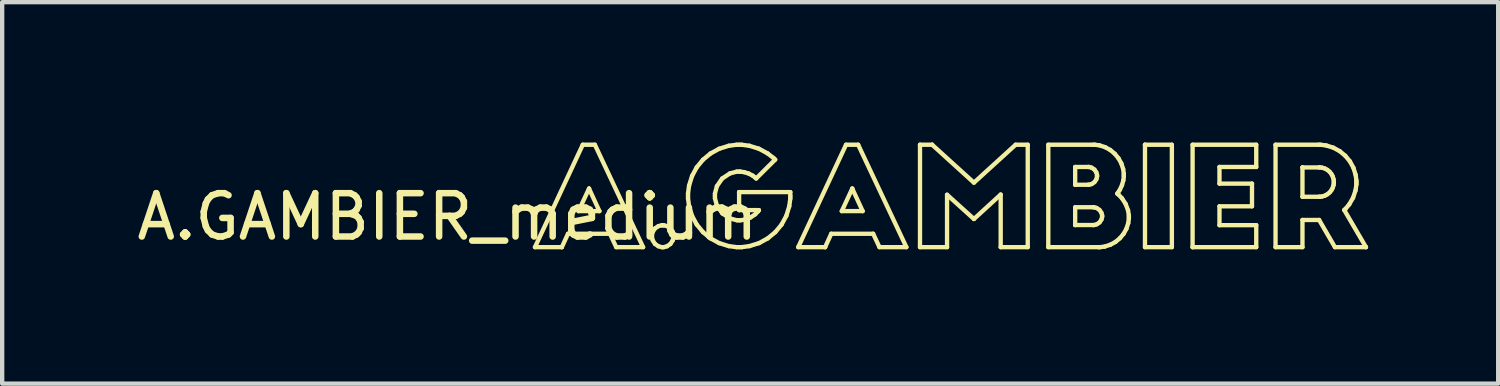
<source format=kicad_pcb>
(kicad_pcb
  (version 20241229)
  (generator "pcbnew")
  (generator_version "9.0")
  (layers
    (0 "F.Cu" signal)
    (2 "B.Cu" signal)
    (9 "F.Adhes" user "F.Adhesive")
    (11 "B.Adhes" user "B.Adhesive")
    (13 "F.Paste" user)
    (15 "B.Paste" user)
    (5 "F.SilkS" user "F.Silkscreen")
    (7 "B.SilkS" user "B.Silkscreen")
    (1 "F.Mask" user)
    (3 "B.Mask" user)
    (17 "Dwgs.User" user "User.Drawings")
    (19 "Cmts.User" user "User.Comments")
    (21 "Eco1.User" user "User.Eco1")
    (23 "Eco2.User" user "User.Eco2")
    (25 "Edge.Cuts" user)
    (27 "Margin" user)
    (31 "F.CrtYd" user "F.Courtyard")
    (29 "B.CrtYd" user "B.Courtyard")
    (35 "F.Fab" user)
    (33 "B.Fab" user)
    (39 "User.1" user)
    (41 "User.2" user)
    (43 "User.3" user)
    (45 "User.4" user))
  (footprint "A.GAMBIER_medium"
    (layer "F.Cu")
    (at 9.268 0.25)
    (property "Reference" "A.GAMBIER_medium" (at -2 1.7 0) (layer "F.SilkS") (effects (font (size 1 1) (thickness 0.15))))
    (attr through_hole)
    (fp_line (start 0.02 2.4) (end 0.64 2.4) (stroke (width 0.1) (type solid)) (layer "F.SilkS"))
    (fp_line (start 0.64 2.4) (end 0.64 2.4) (stroke (width 0.1) (type solid)) (layer "F.SilkS"))
    (fp_line (start 0.64 2.4) (end 0.782 2.091) (stroke (width 0.1) (type solid)) (layer "F.SilkS"))
    (fp_line (start 0.782 2.091) (end 1.749 2.091) (stroke (width 0.1) (type solid)) (layer "F.SilkS"))
    (fp_line (start 1.024 1.569) (end 1.267 1.049) (stroke (width 0.1) (type solid)) (layer "F.SilkS"))
    (fp_line (start 1.122 0.038) (end 0.02 2.4) (stroke (width 0.1) (type solid)) (layer "F.SilkS"))
    (fp_line (start 1.267 1.049) (end 1.267 1.049) (stroke (width 0.1) (type solid)) (layer "F.SilkS"))
    (fp_line (start 1.267 1.049) (end 1.506 1.569) (stroke (width 0.1) (type solid)) (layer "F.SilkS"))
    (fp_line (start 1.402 0.038) (end 1.122 0.038) (stroke (width 0.1) (type solid)) (layer "F.SilkS"))
    (fp_line (start 1.506 1.569) (end 1.024 1.569) (stroke (width 0.1) (type solid)) (layer "F.SilkS"))
    (fp_line (start 1.749 2.091) (end 1.894 2.4) (stroke (width 0.1) (type solid)) (layer "F.SilkS"))
    (fp_line (start 1.894 2.4) (end 2.514 2.4) (stroke (width 0.1) (type solid)) (layer "F.SilkS"))
    (fp_line (start 2.514 2.4) (end 1.402 0.038) (stroke (width 0.1) (type solid)) (layer "F.SilkS"))
    (fp_line (start 2.718 2.12) (end 2.718 2.145) (stroke (width 0.1) (type solid)) (layer "F.SilkS"))
    (fp_line (start 2.718 2.145) (end 2.718 2.145) (stroke (width 0.1) (type solid)) (layer "F.SilkS"))
    (fp_line (start 2.718 2.145) (end 2.718 2.17) (stroke (width 0.1) (type solid)) (layer "F.SilkS"))
    (fp_line (start 2.718 2.17) (end 2.737 2.245) (stroke (width 0.1) (type solid)) (layer "F.SilkS"))
    (fp_line (start 2.737 2.046) (end 2.718 2.12) (stroke (width 0.1) (type solid)) (layer "F.SilkS"))
    (fp_line (start 2.737 2.245) (end 2.789 2.326) (stroke (width 0.1) (type solid)) (layer "F.SilkS"))
    (fp_line (start 2.789 1.967) (end 2.737 2.046) (stroke (width 0.1) (type solid)) (layer "F.SilkS"))
    (fp_line (start 2.789 2.326) (end 2.868 2.38) (stroke (width 0.1) (type solid)) (layer "F.SilkS"))
    (fp_line (start 2.868 1.915) (end 2.789 1.967) (stroke (width 0.1) (type solid)) (layer "F.SilkS"))
    (fp_line (start 2.868 2.38) (end 2.942 2.4) (stroke (width 0.1) (type solid)) (layer "F.SilkS"))
    (fp_line (start 2.942 1.896) (end 2.868 1.915) (stroke (width 0.1) (type solid)) (layer "F.SilkS"))
    (fp_line (start 2.942 2.4) (end 2.967 2.4) (stroke (width 0.1) (type solid)) (layer "F.SilkS"))
    (fp_line (start 2.967 1.896) (end 2.942 1.896) (stroke (width 0.1) (type solid)) (layer "F.SilkS"))
    (fp_line (start 2.967 2.4) (end 2.992 2.4) (stroke (width 0.1) (type solid)) (layer "F.SilkS"))
    (fp_line (start 2.992 1.896) (end 2.967 1.896) (stroke (width 0.1) (type solid)) (layer "F.SilkS"))
    (fp_line (start 2.992 2.4) (end 3.066 2.38) (stroke (width 0.1) (type solid)) (layer "F.SilkS"))
    (fp_line (start 3.066 1.915) (end 2.992 1.896) (stroke (width 0.1) (type solid)) (layer "F.SilkS"))
    (fp_line (start 3.066 2.38) (end 3.144 2.326) (stroke (width 0.1) (type solid)) (layer "F.SilkS"))
    (fp_line (start 3.144 1.967) (end 3.066 1.915) (stroke (width 0.1) (type solid)) (layer "F.SilkS"))
    (fp_line (start 3.144 2.326) (end 3.197 2.245) (stroke (width 0.1) (type solid)) (layer "F.SilkS"))
    (fp_line (start 3.197 2.046) (end 3.144 1.967) (stroke (width 0.1) (type solid)) (layer "F.SilkS"))
    (fp_line (start 3.197 2.245) (end 3.216 2.17) (stroke (width 0.1) (type solid)) (layer "F.SilkS"))
    (fp_line (start 3.216 2.12) (end 3.197 2.046) (stroke (width 0.1) (type solid)) (layer "F.SilkS"))
    (fp_line (start 3.216 2.145) (end 3.216 2.12) (stroke (width 0.1) (type solid)) (layer "F.SilkS"))
    (fp_line (start 3.216 2.17) (end 3.216 2.145) (stroke (width 0.1) (type solid)) (layer "F.SilkS"))
    (fp_line (start 3.55 1.159) (end 3.55 1.219) (stroke (width 0.1) (type solid)) (layer "F.SilkS"))
    (fp_line (start 3.55 1.219) (end 3.55 1.278) (stroke (width 0.1) (type solid)) (layer "F.SilkS"))
    (fp_line (start 3.55 1.278) (end 3.574 1.457) (stroke (width 0.1) (type solid)) (layer "F.SilkS"))
    (fp_line (start 3.574 0.981) (end 3.55 1.159) (stroke (width 0.1) (type solid)) (layer "F.SilkS"))
    (fp_line (start 3.574 1.457) (end 3.643 1.678) (stroke (width 0.1) (type solid)) (layer "F.SilkS"))
    (fp_line (start 3.643 0.759) (end 3.574 0.981) (stroke (width 0.1) (type solid)) (layer "F.SilkS"))
    (fp_line (start 3.643 1.678) (end 3.751 1.879) (stroke (width 0.1) (type solid)) (layer "F.SilkS"))
    (fp_line (start 3.751 0.559) (end 3.643 0.759) (stroke (width 0.1) (type solid)) (layer "F.SilkS"))
    (fp_line (start 3.751 1.879) (end 3.895 2.054) (stroke (width 0.1) (type solid)) (layer "F.SilkS"))
    (fp_line (start 3.895 0.384) (end 3.751 0.559) (stroke (width 0.1) (type solid)) (layer "F.SilkS"))
    (fp_line (start 3.895 2.054) (end 4.069 2.198) (stroke (width 0.1) (type solid)) (layer "F.SilkS"))
    (fp_line (start 4.069 0.24) (end 3.895 0.384) (stroke (width 0.1) (type solid)) (layer "F.SilkS"))
    (fp_line (start 4.069 2.198) (end 4.269 2.307) (stroke (width 0.1) (type solid)) (layer "F.SilkS"))
    (fp_line (start 4.171 1.163) (end 4.216 0.994) (stroke (width 0.1) (type solid)) (layer "F.SilkS"))
    (fp_line (start 4.171 1.219) (end 4.171 1.163) (stroke (width 0.1) (type solid)) (layer "F.SilkS"))
    (fp_line (start 4.171 1.275) (end 4.171 1.219) (stroke (width 0.1) (type solid)) (layer "F.SilkS"))
    (fp_line (start 4.216 0.994) (end 4.338 0.817) (stroke (width 0.1) (type solid)) (layer "F.SilkS"))
    (fp_line (start 4.217 1.443) (end 4.171 1.275) (stroke (width 0.1) (type solid)) (layer "F.SilkS"))
    (fp_line (start 4.269 0.131) (end 4.069 0.24) (stroke (width 0.1) (type solid)) (layer "F.SilkS"))
    (fp_line (start 4.269 2.307) (end 4.49 2.376) (stroke (width 0.1) (type solid)) (layer "F.SilkS"))
    (fp_line (start 4.338 0.817) (end 4.516 0.7) (stroke (width 0.1) (type solid)) (layer "F.SilkS"))
    (fp_line (start 4.341 1.621) (end 4.217 1.443) (stroke (width 0.1) (type solid)) (layer "F.SilkS"))
    (fp_line (start 4.49 0.062) (end 4.269 0.131) (stroke (width 0.1) (type solid)) (layer "F.SilkS"))
    (fp_line (start 4.49 2.376) (end 4.669 2.4) (stroke (width 0.1) (type solid)) (layer "F.SilkS"))
    (fp_line (start 4.516 0.7) (end 4.675 0.658) (stroke (width 0.1) (type solid)) (layer "F.SilkS"))
    (fp_line (start 4.519 1.738) (end 4.341 1.621) (stroke (width 0.1) (type solid)) (layer "F.SilkS"))
    (fp_line (start 4.669 0.038) (end 4.49 0.062) (stroke (width 0.1) (type solid)) (layer "F.SilkS"))
    (fp_line (start 4.669 2.4) (end 4.728 2.4) (stroke (width 0.1) (type solid)) (layer "F.SilkS"))
    (fp_line (start 4.675 0.658) (end 4.728 0.658) (stroke (width 0.1) (type solid)) (layer "F.SilkS"))
    (fp_line (start 4.676 1.78) (end 4.519 1.738) (stroke (width 0.1) (type solid)) (layer "F.SilkS"))
    (fp_line (start 4.728 0.038) (end 4.669 0.038) (stroke (width 0.1) (type solid)) (layer "F.SilkS"))
    (fp_line (start 4.728 0.658) (end 4.757 0.658) (stroke (width 0.1) (type solid)) (layer "F.SilkS"))
    (fp_line (start 4.728 1.131) (end 4.728 1.131) (stroke (width 0.1) (type solid)) (layer "F.SilkS"))
    (fp_line (start 4.728 1.131) (end 4.728 1.546) (stroke (width 0.1) (type solid)) (layer "F.SilkS"))
    (fp_line (start 4.728 1.546) (end 5.185 1.546) (stroke (width 0.1) (type solid)) (layer "F.SilkS"))
    (fp_line (start 4.728 1.78) (end 4.676 1.78) (stroke (width 0.1) (type solid)) (layer "F.SilkS"))
    (fp_line (start 4.728 2.4) (end 4.788 2.4) (stroke (width 0.1) (type solid)) (layer "F.SilkS"))
    (fp_line (start 4.757 0.658) (end 4.843 0.67) (stroke (width 0.1) (type solid)) (layer "F.SilkS"))
    (fp_line (start 4.762 1.78) (end 4.728 1.78) (stroke (width 0.1) (type solid)) (layer "F.SilkS"))
    (fp_line (start 4.787 0.038) (end 4.728 0.038) (stroke (width 0.1) (type solid)) (layer "F.SilkS"))
    (fp_line (start 4.788 2.4) (end 4.966 2.376) (stroke (width 0.1) (type solid)) (layer "F.SilkS"))
    (fp_line (start 4.843 0.67) (end 4.948 0.702) (stroke (width 0.1) (type solid)) (layer "F.SilkS"))
    (fp_line (start 4.864 1.763) (end 4.762 1.78) (stroke (width 0.1) (type solid)) (layer "F.SilkS"))
    (fp_line (start 4.948 0.702) (end 5.041 0.751) (stroke (width 0.1) (type solid)) (layer "F.SilkS"))
    (fp_line (start 4.965 0.062) (end 4.787 0.038) (stroke (width 0.1) (type solid)) (layer "F.SilkS"))
    (fp_line (start 4.966 2.376) (end 5.188 2.307) (stroke (width 0.1) (type solid)) (layer "F.SilkS"))
    (fp_line (start 4.99 1.716) (end 4.864 1.763) (stroke (width 0.1) (type solid)) (layer "F.SilkS"))
    (fp_line (start 5.041 0.751) (end 5.103 0.798) (stroke (width 0.1) (type solid)) (layer "F.SilkS"))
    (fp_line (start 5.099 1.643) (end 4.99 1.716) (stroke (width 0.1) (type solid)) (layer "F.SilkS"))
    (fp_line (start 5.103 0.798) (end 5.122 0.816) (stroke (width 0.1) (type solid)) (layer "F.SilkS"))
    (fp_line (start 5.122 0.816) (end 5.56 0.381) (stroke (width 0.1) (type solid)) (layer "F.SilkS"))
    (fp_line (start 5.167 1.573) (end 5.099 1.643) (stroke (width 0.1) (type solid)) (layer "F.SilkS"))
    (fp_line (start 5.185 1.546) (end 5.167 1.573) (stroke (width 0.1) (type solid)) (layer "F.SilkS"))
    (fp_line (start 5.185 0.13) (end 4.965 0.062) (stroke (width 0.1) (type solid)) (layer "F.SilkS"))
    (fp_line (start 5.188 2.307) (end 5.388 2.198) (stroke (width 0.1) (type solid)) (layer "F.SilkS"))
    (fp_line (start 5.385 0.238) (end 5.185 0.13) (stroke (width 0.1) (type solid)) (layer "F.SilkS"))
    (fp_line (start 5.388 2.198) (end 5.563 2.054) (stroke (width 0.1) (type solid)) (layer "F.SilkS"))
    (fp_line (start 5.52 0.342) (end 5.385 0.238) (stroke (width 0.1) (type solid)) (layer "F.SilkS"))
    (fp_line (start 5.56 0.381) (end 5.52 0.342) (stroke (width 0.1) (type solid)) (layer "F.SilkS"))
    (fp_line (start 5.563 2.054) (end 5.708 1.879) (stroke (width 0.1) (type solid)) (layer "F.SilkS"))
    (fp_line (start 5.708 1.879) (end 5.817 1.678) (stroke (width 0.1) (type solid)) (layer "F.SilkS"))
    (fp_line (start 5.817 1.678) (end 5.885 1.457) (stroke (width 0.1) (type solid)) (layer "F.SilkS"))
    (fp_line (start 5.885 1.457) (end 5.909 1.278) (stroke (width 0.1) (type solid)) (layer "F.SilkS"))
    (fp_line (start 5.909 1.131) (end 4.728 1.131) (stroke (width 0.1) (type solid)) (layer "F.SilkS"))
    (fp_line (start 5.909 1.219) (end 5.909 1.131) (stroke (width 0.1) (type solid)) (layer "F.SilkS"))
    (fp_line (start 5.909 1.278) (end 5.909 1.219) (stroke (width 0.1) (type solid)) (layer "F.SilkS"))
    (fp_line (start 6.091 2.4) (end 6.712 2.4) (stroke (width 0.1) (type solid)) (layer "F.SilkS"))
    (fp_line (start 6.712 2.4) (end 6.712 2.4) (stroke (width 0.1) (type solid)) (layer "F.SilkS"))
    (fp_line (start 6.712 2.4) (end 6.853 2.091) (stroke (width 0.1) (type solid)) (layer "F.SilkS"))
    (fp_line (start 6.853 2.091) (end 7.82 2.091) (stroke (width 0.1) (type solid)) (layer "F.SilkS"))
    (fp_line (start 7.096 1.569) (end 7.338 1.049) (stroke (width 0.1) (type solid)) (layer "F.SilkS"))
    (fp_line (start 7.194 0.038) (end 6.091 2.4) (stroke (width 0.1) (type solid)) (layer "F.SilkS"))
    (fp_line (start 7.338 1.049) (end 7.338 1.049) (stroke (width 0.1) (type solid)) (layer "F.SilkS"))
    (fp_line (start 7.338 1.049) (end 7.578 1.569) (stroke (width 0.1) (type solid)) (layer "F.SilkS"))
    (fp_line (start 7.474 0.038) (end 7.194 0.038) (stroke (width 0.1) (type solid)) (layer "F.SilkS"))
    (fp_line (start 7.578 1.569) (end 7.096 1.569) (stroke (width 0.1) (type solid)) (layer "F.SilkS"))
    (fp_line (start 7.82 2.091) (end 7.965 2.4) (stroke (width 0.1) (type solid)) (layer "F.SilkS"))
    (fp_line (start 7.965 2.4) (end 8.586 2.4) (stroke (width 0.1) (type solid)) (layer "F.SilkS"))
    (fp_line (start 8.586 2.4) (end 7.474 0.038) (stroke (width 0.1) (type solid)) (layer "F.SilkS"))
    (fp_line (start 8.9 0.038) (end 8.9 2.4) (stroke (width 0.1) (type solid)) (layer "F.SilkS"))
    (fp_line (start 8.9 2.4) (end 9.524 2.4) (stroke (width 0.1) (type solid)) (layer "F.SilkS"))
    (fp_line (start 9.18 0.038) (end 8.9 0.038) (stroke (width 0.1) (type solid)) (layer "F.SilkS"))
    (fp_line (start 9.18 0.038) (end 9.18 0.038) (stroke (width 0.1) (type solid)) (layer "F.SilkS"))
    (fp_line (start 9.524 1.191) (end 10.144 1.751) (stroke (width 0.1) (type solid)) (layer "F.SilkS"))
    (fp_line (start 9.524 2.4) (end 9.524 1.191) (stroke (width 0.1) (type solid)) (layer "F.SilkS"))
    (fp_line (start 10.144 0.913) (end 9.18 0.038) (stroke (width 0.1) (type solid)) (layer "F.SilkS"))
    (fp_line (start 10.144 1.751) (end 10.761 1.187) (stroke (width 0.1) (type solid)) (layer "F.SilkS"))
    (fp_line (start 10.761 1.187) (end 10.761 2.4) (stroke (width 0.1) (type solid)) (layer "F.SilkS"))
    (fp_line (start 10.761 2.4) (end 11.385 2.4) (stroke (width 0.1) (type solid)) (layer "F.SilkS"))
    (fp_line (start 11.105 0.038) (end 10.144 0.913) (stroke (width 0.1) (type solid)) (layer "F.SilkS"))
    (fp_line (start 11.385 0.038) (end 11.105 0.038) (stroke (width 0.1) (type solid)) (layer "F.SilkS"))
    (fp_line (start 11.385 2.4) (end 11.385 0.038) (stroke (width 0.1) (type solid)) (layer "F.SilkS"))
    (fp_line (start 11.859 0.038) (end 11.859 2.4) (stroke (width 0.1) (type solid)) (layer "F.SilkS"))
    (fp_line (start 11.859 2.4) (end 13.024 2.4) (stroke (width 0.1) (type solid)) (layer "F.SilkS"))
    (fp_line (start 12.479 0.551) (end 12.779 0.551) (stroke (width 0.1) (type solid)) (layer "F.SilkS"))
    (fp_line (start 12.479 0.961) (end 12.479 0.551) (stroke (width 0.1) (type solid)) (layer "F.SilkS"))
    (fp_line (start 12.479 0.961) (end 12.479 0.961) (stroke (width 0.1) (type solid)) (layer "F.SilkS"))
    (fp_line (start 12.479 1.48) (end 12.895 1.48) (stroke (width 0.1) (type solid)) (layer "F.SilkS"))
    (fp_line (start 12.479 1.89) (end 12.479 1.48) (stroke (width 0.1) (type solid)) (layer "F.SilkS"))
    (fp_line (start 12.479 1.89) (end 12.479 1.89) (stroke (width 0.1) (type solid)) (layer "F.SilkS"))
    (fp_line (start 12.779 0.551) (end 12.798 0.551) (stroke (width 0.1) (type solid)) (layer "F.SilkS"))
    (fp_line (start 12.779 0.961) (end 12.479 0.961) (stroke (width 0.1) (type solid)) (layer "F.SilkS"))
    (fp_line (start 12.798 0.551) (end 12.858 0.567) (stroke (width 0.1) (type solid)) (layer "F.SilkS"))
    (fp_line (start 12.798 0.961) (end 12.779 0.961) (stroke (width 0.1) (type solid)) (layer "F.SilkS"))
    (fp_line (start 12.858 0.567) (end 12.923 0.611) (stroke (width 0.1) (type solid)) (layer "F.SilkS"))
    (fp_line (start 12.858 0.945) (end 12.798 0.961) (stroke (width 0.1) (type solid)) (layer "F.SilkS"))
    (fp_line (start 12.895 1.48) (end 12.914 1.48) (stroke (width 0.1) (type solid)) (layer "F.SilkS"))
    (fp_line (start 12.895 1.89) (end 12.479 1.89) (stroke (width 0.1) (type solid)) (layer "F.SilkS"))
    (fp_line (start 12.901 0.038) (end 11.859 0.038) (stroke (width 0.1) (type solid)) (layer "F.SilkS"))
    (fp_line (start 12.914 1.48) (end 12.972 1.496) (stroke (width 0.1) (type solid)) (layer "F.SilkS"))
    (fp_line (start 12.915 1.89) (end 12.895 1.89) (stroke (width 0.1) (type solid)) (layer "F.SilkS"))
    (fp_line (start 12.923 0.611) (end 12.967 0.676) (stroke (width 0.1) (type solid)) (layer "F.SilkS"))
    (fp_line (start 12.923 0.901) (end 12.858 0.945) (stroke (width 0.1) (type solid)) (layer "F.SilkS"))
    (fp_line (start 12.936 0.038) (end 12.901 0.038) (stroke (width 0.1) (type solid)) (layer "F.SilkS"))
    (fp_line (start 12.967 0.676) (end 12.983 0.736) (stroke (width 0.1) (type solid)) (layer "F.SilkS"))
    (fp_line (start 12.967 0.836) (end 12.923 0.901) (stroke (width 0.1) (type solid)) (layer "F.SilkS"))
    (fp_line (start 12.972 1.496) (end 13.038 1.54) (stroke (width 0.1) (type solid)) (layer "F.SilkS"))
    (fp_line (start 12.975 1.874) (end 12.915 1.89) (stroke (width 0.1) (type solid)) (layer "F.SilkS"))
    (fp_line (start 12.983 0.736) (end 12.983 0.756) (stroke (width 0.1) (type solid)) (layer "F.SilkS"))
    (fp_line (start 12.983 0.756) (end 12.983 0.776) (stroke (width 0.1) (type solid)) (layer "F.SilkS"))
    (fp_line (start 12.983 0.776) (end 12.967 0.836) (stroke (width 0.1) (type solid)) (layer "F.SilkS"))
    (fp_line (start 13.024 2.4) (end 13.024 2.4) (stroke (width 0.1) (type solid)) (layer "F.SilkS"))
    (fp_line (start 13.024 2.4) (end 13.059 2.4) (stroke (width 0.1) (type solid)) (layer "F.SilkS"))
    (fp_line (start 13.038 1.54) (end 13.083 1.605) (stroke (width 0.1) (type solid)) (layer "F.SilkS"))
    (fp_line (start 13.04 0.052) (end 12.936 0.038) (stroke (width 0.1) (type solid)) (layer "F.SilkS"))
    (fp_line (start 13.04 1.83) (end 12.975 1.874) (stroke (width 0.1) (type solid)) (layer "F.SilkS"))
    (fp_line (start 13.059 2.4) (end 13.162 2.386) (stroke (width 0.1) (type solid)) (layer "F.SilkS"))
    (fp_line (start 13.083 1.605) (end 13.1 1.665) (stroke (width 0.1) (type solid)) (layer "F.SilkS"))
    (fp_line (start 13.084 1.765) (end 13.04 1.83) (stroke (width 0.1) (type solid)) (layer "F.SilkS"))
    (fp_line (start 13.1 1.665) (end 13.1 1.685) (stroke (width 0.1) (type solid)) (layer "F.SilkS"))
    (fp_line (start 13.1 1.685) (end 13.1 1.705) (stroke (width 0.1) (type solid)) (layer "F.SilkS"))
    (fp_line (start 13.1 1.705) (end 13.084 1.765) (stroke (width 0.1) (type solid)) (layer "F.SilkS"))
    (fp_line (start 13.162 2.386) (end 13.291 2.344) (stroke (width 0.1) (type solid)) (layer "F.SilkS"))
    (fp_line (start 13.17 0.094) (end 13.04 0.052) (stroke (width 0.1) (type solid)) (layer "F.SilkS"))
    (fp_line (start 13.289 0.16) (end 13.17 0.094) (stroke (width 0.1) (type solid)) (layer "F.SilkS"))
    (fp_line (start 13.291 2.344) (end 13.408 2.28) (stroke (width 0.1) (type solid)) (layer "F.SilkS"))
    (fp_line (start 13.393 0.247) (end 13.289 0.16) (stroke (width 0.1) (type solid)) (layer "F.SilkS"))
    (fp_line (start 13.408 2.28) (end 13.511 2.194) (stroke (width 0.1) (type solid)) (layer "F.SilkS"))
    (fp_line (start 13.45 1.165) (end 13.467 1.143) (stroke (width 0.1) (type solid)) (layer "F.SilkS"))
    (fp_line (start 13.467 1.143) (end 13.512 1.072) (stroke (width 0.1) (type solid)) (layer "F.SilkS"))
    (fp_line (start 13.479 0.352) (end 13.393 0.247) (stroke (width 0.1) (type solid)) (layer "F.SilkS"))
    (fp_line (start 13.479 1.189) (end 13.45 1.165) (stroke (width 0.1) (type solid)) (layer "F.SilkS"))
    (fp_line (start 13.511 2.194) (end 13.597 2.091) (stroke (width 0.1) (type solid)) (layer "F.SilkS"))
    (fp_line (start 13.512 1.072) (end 13.559 0.969) (stroke (width 0.1) (type solid)) (layer "F.SilkS"))
    (fp_line (start 13.544 0.471) (end 13.479 0.352) (stroke (width 0.1) (type solid)) (layer "F.SilkS"))
    (fp_line (start 13.559 1.274) (end 13.479 1.189) (stroke (width 0.1) (type solid)) (layer "F.SilkS"))
    (fp_line (start 13.559 0.969) (end 13.59 0.858) (stroke (width 0.1) (type solid)) (layer "F.SilkS"))
    (fp_line (start 13.586 0.601) (end 13.544 0.471) (stroke (width 0.1) (type solid)) (layer "F.SilkS"))
    (fp_line (start 13.59 0.858) (end 13.601 0.77) (stroke (width 0.1) (type solid)) (layer "F.SilkS"))
    (fp_line (start 13.597 2.091) (end 13.662 1.973) (stroke (width 0.1) (type solid)) (layer "F.SilkS"))
    (fp_line (start 13.601 0.705) (end 13.586 0.601) (stroke (width 0.1) (type solid)) (layer "F.SilkS"))
    (fp_line (start 13.601 0.74) (end 13.601 0.705) (stroke (width 0.1) (type solid)) (layer "F.SilkS"))
    (fp_line (start 13.601 0.77) (end 13.601 0.74) (stroke (width 0.1) (type solid)) (layer "F.SilkS"))
    (fp_line (start 13.643 1.404) (end 13.559 1.274) (stroke (width 0.1) (type solid)) (layer "F.SilkS"))
    (fp_line (start 13.662 1.973) (end 13.703 1.844) (stroke (width 0.1) (type solid)) (layer "F.SilkS"))
    (fp_line (start 13.698 1.55) (end 13.643 1.404) (stroke (width 0.1) (type solid)) (layer "F.SilkS"))
    (fp_line (start 13.703 1.844) (end 13.717 1.741) (stroke (width 0.1) (type solid)) (layer "F.SilkS"))
    (fp_line (start 13.717 1.668) (end 13.698 1.55) (stroke (width 0.1) (type solid)) (layer "F.SilkS"))
    (fp_line (start 13.717 1.707) (end 13.717 1.668) (stroke (width 0.1) (type solid)) (layer "F.SilkS"))
    (fp_line (start 13.717 1.741) (end 13.717 1.707) (stroke (width 0.1) (type solid)) (layer "F.SilkS"))
    (fp_line (start 14.089 0.038) (end 14.089 0.038) (stroke (width 0.1) (type solid)) (layer "F.SilkS"))
    (fp_line (start 14.089 0.038) (end 14.709 0.038) (stroke (width 0.1) (type solid)) (layer "F.SilkS"))
    (fp_line (start 14.089 2.4) (end 14.089 0.038) (stroke (width 0.1) (type solid)) (layer "F.SilkS"))
    (fp_line (start 14.709 0.038) (end 14.709 2.4) (stroke (width 0.1) (type solid)) (layer "F.SilkS"))
    (fp_line (start 14.709 2.4) (end 14.089 2.4) (stroke (width 0.1) (type solid)) (layer "F.SilkS"))
    (fp_line (start 15.187 0.038) (end 15.187 2.4) (stroke (width 0.1) (type solid)) (layer "F.SilkS"))
    (fp_line (start 15.187 2.4) (end 15.187 2.4) (stroke (width 0.1) (type solid)) (layer "F.SilkS"))
    (fp_line (start 15.187 2.4) (end 16.655 2.4) (stroke (width 0.1) (type solid)) (layer "F.SilkS"))
    (fp_line (start 15.807 0.551) (end 16.655 0.551) (stroke (width 0.1) (type solid)) (layer "F.SilkS"))
    (fp_line (start 15.807 0.935) (end 15.807 0.551) (stroke (width 0.1) (type solid)) (layer "F.SilkS"))
    (fp_line (start 15.807 1.458) (end 16.557 1.458) (stroke (width 0.1) (type solid)) (layer "F.SilkS"))
    (fp_line (start 15.807 1.893) (end 15.807 1.458) (stroke (width 0.1) (type solid)) (layer "F.SilkS"))
    (fp_line (start 16.557 0.935) (end 15.807 0.935) (stroke (width 0.1) (type solid)) (layer "F.SilkS"))
    (fp_line (start 16.557 1.458) (end 16.557 0.935) (stroke (width 0.1) (type solid)) (layer "F.SilkS"))
    (fp_line (start 16.655 0.038) (end 15.187 0.038) (stroke (width 0.1) (type solid)) (layer "F.SilkS"))
    (fp_line (start 16.655 0.551) (end 16.655 0.038) (stroke (width 0.1) (type solid)) (layer "F.SilkS"))
    (fp_line (start 16.655 1.893) (end 15.807 1.893) (stroke (width 0.1) (type solid)) (layer "F.SilkS"))
    (fp_line (start 16.655 2.4) (end 16.655 1.893) (stroke (width 0.1) (type solid)) (layer "F.SilkS"))
    (fp_line (start 17.1 0.038) (end 17.1 2.4) (stroke (width 0.1) (type solid)) (layer "F.SilkS"))
    (fp_line (start 17.1 2.4) (end 17.721 2.4) (stroke (width 0.1) (type solid)) (layer "F.SilkS"))
    (fp_line (start 17.721 0.561) (end 17.721 0.561) (stroke (width 0.1) (type solid)) (layer "F.SilkS"))
    (fp_line (start 17.721 0.561) (end 18.105 0.561) (stroke (width 0.1) (type solid)) (layer "F.SilkS"))
    (fp_line (start 17.721 1.238) (end 17.721 0.561) (stroke (width 0.1) (type solid)) (layer "F.SilkS"))
    (fp_line (start 17.721 1.773) (end 18.105 1.773) (stroke (width 0.1) (type solid)) (layer "F.SilkS"))
    (fp_line (start 17.721 2.4) (end 17.721 1.773) (stroke (width 0.1) (type solid)) (layer "F.SilkS"))
    (fp_line (start 18.095 0.038) (end 17.1 0.038) (stroke (width 0.1) (type solid)) (layer "F.SilkS"))
    (fp_line (start 18.105 0.561) (end 18.122 0.561) (stroke (width 0.1) (type solid)) (layer "F.SilkS"))
    (fp_line (start 18.105 1.238) (end 17.721 1.238) (stroke (width 0.1) (type solid)) (layer "F.SilkS"))
    (fp_line (start 18.105 1.773) (end 18.47 2.4) (stroke (width 0.1) (type solid)) (layer "F.SilkS"))
    (fp_line (start 18.122 0.561) (end 18.174 0.567) (stroke (width 0.1) (type solid)) (layer "F.SilkS"))
    (fp_line (start 18.122 1.238) (end 18.105 1.238) (stroke (width 0.1) (type solid)) (layer "F.SilkS"))
    (fp_line (start 18.139 0.038) (end 18.095 0.038) (stroke (width 0.1) (type solid)) (layer "F.SilkS"))
    (fp_line (start 18.174 0.567) (end 18.238 0.587) (stroke (width 0.1) (type solid)) (layer "F.SilkS"))
    (fp_line (start 18.174 1.231) (end 18.122 1.238) (stroke (width 0.1) (type solid)) (layer "F.SilkS"))
    (fp_line (start 18.238 0.587) (end 18.295 0.618) (stroke (width 0.1) (type solid)) (layer "F.SilkS"))
    (fp_line (start 18.238 1.212) (end 18.174 1.231) (stroke (width 0.1) (type solid)) (layer "F.SilkS"))
    (fp_line (start 18.27 0.055) (end 18.139 0.038) (stroke (width 0.1) (type solid)) (layer "F.SilkS"))
    (fp_line (start 18.295 0.618) (end 18.346 0.66) (stroke (width 0.1) (type solid)) (layer "F.SilkS"))
    (fp_line (start 18.295 1.181) (end 18.238 1.212) (stroke (width 0.1) (type solid)) (layer "F.SilkS"))
    (fp_line (start 18.346 0.66) (end 18.387 0.71) (stroke (width 0.1) (type solid)) (layer "F.SilkS"))
    (fp_line (start 18.346 1.14) (end 18.295 1.181) (stroke (width 0.1) (type solid)) (layer "F.SilkS"))
    (fp_line (start 18.387 0.71) (end 18.418 0.768) (stroke (width 0.1) (type solid)) (layer "F.SilkS"))
    (fp_line (start 18.387 1.09) (end 18.346 1.14) (stroke (width 0.1) (type solid)) (layer "F.SilkS"))
    (fp_line (start 18.418 0.768) (end 18.438 0.832) (stroke (width 0.1) (type solid)) (layer "F.SilkS"))
    (fp_line (start 18.418 1.033) (end 18.387 1.09) (stroke (width 0.1) (type solid)) (layer "F.SilkS"))
    (fp_line (start 18.433 0.106) (end 18.27 0.055) (stroke (width 0.1) (type solid)) (layer "F.SilkS"))
    (fp_line (start 18.438 0.832) (end 18.445 0.884) (stroke (width 0.1) (type solid)) (layer "F.SilkS"))
    (fp_line (start 18.438 0.969) (end 18.418 1.033) (stroke (width 0.1) (type solid)) (layer "F.SilkS"))
    (fp_line (start 18.445 0.884) (end 18.445 0.901) (stroke (width 0.1) (type solid)) (layer "F.SilkS"))
    (fp_line (start 18.445 0.901) (end 18.445 0.918) (stroke (width 0.1) (type solid)) (layer "F.SilkS"))
    (fp_line (start 18.445 0.918) (end 18.438 0.969) (stroke (width 0.1) (type solid)) (layer "F.SilkS"))
    (fp_line (start 18.47 2.4) (end 19.185 2.4) (stroke (width 0.1) (type solid)) (layer "F.SilkS"))
    (fp_line (start 18.581 0.187) (end 18.433 0.106) (stroke (width 0.1) (type solid)) (layer "F.SilkS"))
    (fp_line (start 18.684 1.543) (end 18.716 1.514) (stroke (width 0.1) (type solid)) (layer "F.SilkS"))
    (fp_line (start 18.709 0.293) (end 18.581 0.187) (stroke (width 0.1) (type solid)) (layer "F.SilkS"))
    (fp_line (start 18.716 1.514) (end 18.8 1.413) (stroke (width 0.1) (type solid)) (layer "F.SilkS"))
    (fp_line (start 18.8 1.413) (end 18.888 1.261) (stroke (width 0.1) (type solid)) (layer "F.SilkS"))
    (fp_line (start 18.816 0.422) (end 18.709 0.293) (stroke (width 0.1) (type solid)) (layer "F.SilkS"))
    (fp_line (start 18.888 1.261) (end 18.945 1.091) (stroke (width 0.1) (type solid)) (layer "F.SilkS"))
    (fp_line (start 18.896 0.569) (end 18.816 0.422) (stroke (width 0.1) (type solid)) (layer "F.SilkS"))
    (fp_line (start 18.945 1.091) (end 18.965 0.953) (stroke (width 0.1) (type solid)) (layer "F.SilkS"))
    (fp_line (start 18.947 0.732) (end 18.896 0.569) (stroke (width 0.1) (type solid)) (layer "F.SilkS"))
    (fp_line (start 18.965 0.863) (end 18.947 0.732) (stroke (width 0.1) (type solid)) (layer "F.SilkS"))
    (fp_line (start 18.965 0.907) (end 18.965 0.863) (stroke (width 0.1) (type solid)) (layer "F.SilkS"))
    (fp_line (start 18.965 0.953) (end 18.965 0.907) (stroke (width 0.1) (type solid)) (layer "F.SilkS"))
    (fp_line (start 19.185 2.4) (end 18.684 1.543) (stroke (width 0.1) (type solid)) (layer "F.SilkS"))
    (fp_line (start 19.185 2.4) (end 19.185 2.4) (stroke (width 0.1) (type solid)) (layer "F.SilkS")))
  (gr_rect
    (start -3 -3)
    (end 31.503 5.798)
    (stroke (width 0.1) (type default))
    (fill no)
    (layer "Edge.Cuts")))
</source>
